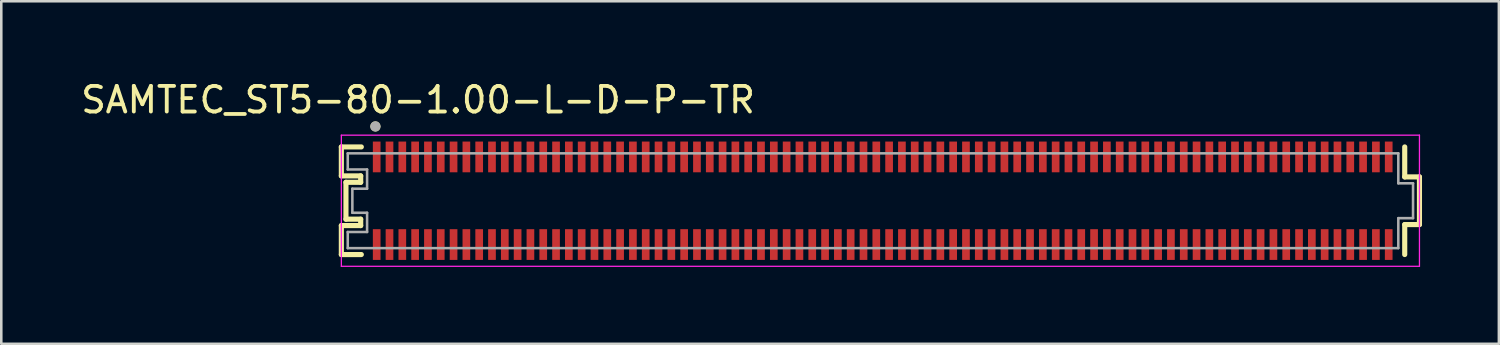
<source format=kicad_pcb>
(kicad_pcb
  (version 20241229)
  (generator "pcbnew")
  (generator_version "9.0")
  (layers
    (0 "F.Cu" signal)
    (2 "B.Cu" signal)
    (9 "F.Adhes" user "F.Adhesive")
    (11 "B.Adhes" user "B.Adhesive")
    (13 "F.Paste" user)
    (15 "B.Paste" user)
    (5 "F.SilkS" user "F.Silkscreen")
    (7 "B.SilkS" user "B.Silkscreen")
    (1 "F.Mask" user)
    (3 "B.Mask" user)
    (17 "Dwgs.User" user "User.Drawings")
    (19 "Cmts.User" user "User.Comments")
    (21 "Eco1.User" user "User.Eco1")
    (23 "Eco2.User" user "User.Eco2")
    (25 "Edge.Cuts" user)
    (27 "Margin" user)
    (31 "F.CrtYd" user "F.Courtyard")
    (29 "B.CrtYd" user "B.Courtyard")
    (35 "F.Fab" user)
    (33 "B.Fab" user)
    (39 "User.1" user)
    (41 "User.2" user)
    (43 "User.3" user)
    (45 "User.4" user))
  (footprint "SAMTEC_ST5-80-1.00-L-D-P-TR"
    (layer "F.Cu")
    (at 31.403 4.785)
    (property "Reference" "SAMTEC_ST5-80-1.00-L-D-P-TR" (at -18.135 -3.937 0) (layer "F.SilkS") (effects (font (size 1 1) (thickness 0.15))))
    (attr through_hole)
    (fp_line (start -21.13 -2.1) (end -20.35 -2.1) (stroke (width 0.2) (type solid)) (layer "F.SilkS"))
    (fp_line (start -21.13 -0.97) (end -21.13 -2.1) (stroke (width 0.2) (type solid)) (layer "F.SilkS"))
    (fp_line (start -21.13 0.97) (end -20.375 0.97) (stroke (width 0.2) (type solid)) (layer "F.SilkS"))
    (fp_line (start -21.13 2.1) (end -21.13 0.97) (stroke (width 0.2) (type solid)) (layer "F.SilkS"))
    (fp_line (start -20.95 -0.72) (end -20.375 -0.72) (stroke (width 0.2) (type solid)) (layer "F.SilkS"))
    (fp_line (start -20.95 0.72) (end -20.95 -0.72) (stroke (width 0.2) (type solid)) (layer "F.SilkS"))
    (fp_line (start -20.375 -0.97) (end -21.13 -0.97) (stroke (width 0.2) (type solid)) (layer "F.SilkS"))
    (fp_line (start -20.375 -0.72) (end -20.375 -0.97) (stroke (width 0.2) (type solid)) (layer "F.SilkS"))
    (fp_line (start -20.375 0.72) (end -20.95 0.72) (stroke (width 0.2) (type solid)) (layer "F.SilkS"))
    (fp_line (start -20.375 0.97) (end -20.375 0.72) (stroke (width 0.2) (type solid)) (layer "F.SilkS"))
    (fp_line (start -20.35 2.1) (end -21.13 2.1) (stroke (width 0.2) (type solid)) (layer "F.SilkS"))
    (fp_line (start 20.375 -2.1) (end 20.375 -0.93) (stroke (width 0.2) (type solid)) (layer "F.SilkS"))
    (fp_line (start 20.375 -0.93) (end 20.95 -0.93) (stroke (width 0.2) (type solid)) (layer "F.SilkS"))
    (fp_line (start 20.375 0.93) (end 20.375 2.1) (stroke (width 0.2) (type solid)) (layer "F.SilkS"))
    (fp_line (start 20.95 -0.93) (end 20.95 0.93) (stroke (width 0.2) (type solid)) (layer "F.SilkS"))
    (fp_line (start 20.95 0.93) (end 20.375 0.93) (stroke (width 0.2) (type solid)) (layer "F.SilkS"))
    (fp_circle (center -19.8 -2.9) (end -19.7 -2.9) (stroke (width 0.2) (type solid)) (fill no) (layer "F.SilkS"))
    (fp_line (start -21.13 -2.56) (end 20.95 -2.56) (stroke (width 0.05) (type solid)) (layer "F.CrtYd"))
    (fp_line (start -21.13 2.56) (end -21.13 -2.56) (stroke (width 0.05) (type solid)) (layer "F.CrtYd"))
    (fp_line (start 20.95 -2.56) (end 20.95 2.56) (stroke (width 0.05) (type solid)) (layer "F.CrtYd"))
    (fp_line (start 20.95 2.56) (end -21.13 2.56) (stroke (width 0.05) (type solid)) (layer "F.CrtYd"))
    (fp_line (start -20.88 -1.85) (end 20.125 -1.85) (stroke (width 0.1) (type solid)) (layer "F.Fab"))
    (fp_line (start -20.88 -1.22) (end -20.88 -1.85) (stroke (width 0.1) (type solid)) (layer "F.Fab"))
    (fp_line (start -20.88 1.22) (end -20.125 1.22) (stroke (width 0.1) (type solid)) (layer "F.Fab"))
    (fp_line (start -20.88 1.85) (end -20.88 1.22) (stroke (width 0.1) (type solid)) (layer "F.Fab"))
    (fp_line (start -20.7 -0.47) (end -20.125 -0.47) (stroke (width 0.1) (type solid)) (layer "F.Fab"))
    (fp_line (start -20.7 0.47) (end -20.7 -0.47) (stroke (width 0.1) (type solid)) (layer "F.Fab"))
    (fp_line (start -20.125 -1.22) (end -20.88 -1.22) (stroke (width 0.1) (type solid)) (layer "F.Fab"))
    (fp_line (start -20.125 -0.47) (end -20.125 -1.22) (stroke (width 0.1) (type solid)) (layer "F.Fab"))
    (fp_line (start -20.125 0.47) (end -20.7 0.47) (stroke (width 0.1) (type solid)) (layer "F.Fab"))
    (fp_line (start -20.125 1.22) (end -20.125 0.47) (stroke (width 0.1) (type solid)) (layer "F.Fab"))
    (fp_line (start 20.125 -1.85) (end 20.125 -0.68) (stroke (width 0.1) (type solid)) (layer "F.Fab"))
    (fp_line (start 20.125 -0.68) (end 20.7 -0.68) (stroke (width 0.1) (type solid)) (layer "F.Fab"))
    (fp_line (start 20.125 0.68) (end 20.125 1.85) (stroke (width 0.1) (type solid)) (layer "F.Fab"))
    (fp_line (start 20.125 1.85) (end -20.88 1.85) (stroke (width 0.1) (type solid)) (layer "F.Fab"))
    (fp_line (start 20.7 -0.68) (end 20.7 0.68) (stroke (width 0.1) (type solid)) (layer "F.Fab"))
    (fp_line (start 20.7 0.68) (end 20.125 0.68) (stroke (width 0.1) (type solid)) (layer "F.Fab"))
    (fp_circle (center -19.8 -2.9) (end -19.7 -2.9) (stroke (width 0.2) (type solid)) (fill no) (layer "F.Fab"))
    (pad "01" smd rect (at -19.75 -1.71) (size 0.3 1.2) (layers "F.Cu" "F.Mask" "F.Paste"))
    (pad "02" smd rect (at -19.75 1.71) (size 0.3 1.2) (layers "F.Cu" "F.Mask" "F.Paste"))
    (pad "03" smd rect (at -19.25 -1.71) (size 0.3 1.2) (layers "F.Cu" "F.Mask" "F.Paste"))
    (pad "04" smd rect (at -19.25 1.71) (size 0.3 1.2) (layers "F.Cu" "F.Mask" "F.Paste"))
    (pad "05" smd rect (at -18.75 -1.71) (size 0.3 1.2) (layers "F.Cu" "F.Mask" "F.Paste"))
    (pad "06" smd rect (at -18.75 1.71) (size 0.3 1.2) (layers "F.Cu" "F.Mask" "F.Paste"))
    (pad "07" smd rect (at -18.25 -1.71) (size 0.3 1.2) (layers "F.Cu" "F.Mask" "F.Paste"))
    (pad "08" smd rect (at -18.25 1.71) (size 0.3 1.2) (layers "F.Cu" "F.Mask" "F.Paste"))
    (pad "09" smd rect (at -17.75 -1.71) (size 0.3 1.2) (layers "F.Cu" "F.Mask" "F.Paste"))
    (pad "10" smd rect (at -17.75 1.71) (size 0.3 1.2) (layers "F.Cu" "F.Mask" "F.Paste"))
    (pad "11" smd rect (at -17.25 -1.71) (size 0.3 1.2) (layers "F.Cu" "F.Mask" "F.Paste"))
    (pad "12" smd rect (at -17.25 1.71) (size 0.3 1.2) (layers "F.Cu" "F.Mask" "F.Paste"))
    (pad "13" smd rect (at -16.75 -1.71) (size 0.3 1.2) (layers "F.Cu" "F.Mask" "F.Paste"))
    (pad "14" smd rect (at -16.75 1.71) (size 0.3 1.2) (layers "F.Cu" "F.Mask" "F.Paste"))
    (pad "15" smd rect (at -16.25 -1.71) (size 0.3 1.2) (layers "F.Cu" "F.Mask" "F.Paste"))
    (pad "16" smd rect (at -16.25 1.71) (size 0.3 1.2) (layers "F.Cu" "F.Mask" "F.Paste"))
    (pad "17" smd rect (at -15.75 -1.71) (size 0.3 1.2) (layers "F.Cu" "F.Mask" "F.Paste"))
    (pad "18" smd rect (at -15.75 1.71) (size 0.3 1.2) (layers "F.Cu" "F.Mask" "F.Paste"))
    (pad "19" smd rect (at -15.25 -1.71) (size 0.3 1.2) (layers "F.Cu" "F.Mask" "F.Paste"))
    (pad "20" smd rect (at -15.25 1.71) (size 0.3 1.2) (layers "F.Cu" "F.Mask" "F.Paste"))
    (pad "21" smd rect (at -14.75 -1.71) (size 0.3 1.2) (layers "F.Cu" "F.Mask" "F.Paste"))
    (pad "22" smd rect (at -14.75 1.71) (size 0.3 1.2) (layers "F.Cu" "F.Mask" "F.Paste"))
    (pad "23" smd rect (at -14.25 -1.71) (size 0.3 1.2) (layers "F.Cu" "F.Mask" "F.Paste"))
    (pad "24" smd rect (at -14.25 1.71) (size 0.3 1.2) (layers "F.Cu" "F.Mask" "F.Paste"))
    (pad "25" smd rect (at -13.75 -1.71) (size 0.3 1.2) (layers "F.Cu" "F.Mask" "F.Paste"))
    (pad "26" smd rect (at -13.75 1.71) (size 0.3 1.2) (layers "F.Cu" "F.Mask" "F.Paste"))
    (pad "27" smd rect (at -13.25 -1.71) (size 0.3 1.2) (layers "F.Cu" "F.Mask" "F.Paste"))
    (pad "28" smd rect (at -13.25 1.71) (size 0.3 1.2) (layers "F.Cu" "F.Mask" "F.Paste"))
    (pad "29" smd rect (at -12.75 -1.71) (size 0.3 1.2) (layers "F.Cu" "F.Mask" "F.Paste"))
    (pad "30" smd rect (at -12.75 1.71) (size 0.3 1.2) (layers "F.Cu" "F.Mask" "F.Paste"))
    (pad "31" smd rect (at -12.25 -1.71) (size 0.3 1.2) (layers "F.Cu" "F.Mask" "F.Paste"))
    (pad "32" smd rect (at -12.25 1.71) (size 0.3 1.2) (layers "F.Cu" "F.Mask" "F.Paste"))
    (pad "33" smd rect (at -11.75 -1.71) (size 0.3 1.2) (layers "F.Cu" "F.Mask" "F.Paste"))
    (pad "34" smd rect (at -11.75 1.71) (size 0.3 1.2) (layers "F.Cu" "F.Mask" "F.Paste"))
    (pad "35" smd rect (at -11.25 -1.71) (size 0.3 1.2) (layers "F.Cu" "F.Mask" "F.Paste"))
    (pad "36" smd rect (at -11.25 1.71) (size 0.3 1.2) (layers "F.Cu" "F.Mask" "F.Paste"))
    (pad "37" smd rect (at -10.75 -1.71) (size 0.3 1.2) (layers "F.Cu" "F.Mask" "F.Paste"))
    (pad "38" smd rect (at -10.75 1.71) (size 0.3 1.2) (layers "F.Cu" "F.Mask" "F.Paste"))
    (pad "39" smd rect (at -10.25 -1.71) (size 0.3 1.2) (layers "F.Cu" "F.Mask" "F.Paste"))
    (pad "40" smd rect (at -10.25 1.71) (size 0.3 1.2) (layers "F.Cu" "F.Mask" "F.Paste"))
    (pad "41" smd rect (at -9.75 -1.71) (size 0.3 1.2) (layers "F.Cu" "F.Mask" "F.Paste"))
    (pad "42" smd rect (at -9.75 1.71) (size 0.3 1.2) (layers "F.Cu" "F.Mask" "F.Paste"))
    (pad "43" smd rect (at -9.25 -1.71) (size 0.3 1.2) (layers "F.Cu" "F.Mask" "F.Paste"))
    (pad "44" smd rect (at -9.25 1.71) (size 0.3 1.2) (layers "F.Cu" "F.Mask" "F.Paste"))
    (pad "45" smd rect (at -8.75 -1.71) (size 0.3 1.2) (layers "F.Cu" "F.Mask" "F.Paste"))
    (pad "46" smd rect (at -8.75 1.71) (size 0.3 1.2) (layers "F.Cu" "F.Mask" "F.Paste"))
    (pad "47" smd rect (at -8.25 -1.71) (size 0.3 1.2) (layers "F.Cu" "F.Mask" "F.Paste"))
    (pad "48" smd rect (at -8.25 1.71) (size 0.3 1.2) (layers "F.Cu" "F.Mask" "F.Paste"))
    (pad "49" smd rect (at -7.75 -1.71) (size 0.3 1.2) (layers "F.Cu" "F.Mask" "F.Paste"))
    (pad "50" smd rect (at -7.75 1.71) (size 0.3 1.2) (layers "F.Cu" "F.Mask" "F.Paste"))
    (pad "51" smd rect (at -7.25 -1.71) (size 0.3 1.2) (layers "F.Cu" "F.Mask" "F.Paste"))
    (pad "52" smd rect (at -7.25 1.71) (size 0.3 1.2) (layers "F.Cu" "F.Mask" "F.Paste"))
    (pad "53" smd rect (at -6.75 -1.71) (size 0.3 1.2) (layers "F.Cu" "F.Mask" "F.Paste"))
    (pad "54" smd rect (at -6.75 1.71) (size 0.3 1.2) (layers "F.Cu" "F.Mask" "F.Paste"))
    (pad "55" smd rect (at -6.25 -1.71) (size 0.3 1.2) (layers "F.Cu" "F.Mask" "F.Paste"))
    (pad "56" smd rect (at -6.25 1.71) (size 0.3 1.2) (layers "F.Cu" "F.Mask" "F.Paste"))
    (pad "57" smd rect (at -5.75 -1.71) (size 0.3 1.2) (layers "F.Cu" "F.Mask" "F.Paste"))
    (pad "58" smd rect (at -5.75 1.71) (size 0.3 1.2) (layers "F.Cu" "F.Mask" "F.Paste"))
    (pad "59" smd rect (at -5.25 -1.71) (size 0.3 1.2) (layers "F.Cu" "F.Mask" "F.Paste"))
    (pad "60" smd rect (at -5.25 1.71) (size 0.3 1.2) (layers "F.Cu" "F.Mask" "F.Paste"))
    (pad "61" smd rect (at -4.75 -1.71) (size 0.3 1.2) (layers "F.Cu" "F.Mask" "F.Paste"))
    (pad "62" smd rect (at -4.75 1.71) (size 0.3 1.2) (layers "F.Cu" "F.Mask" "F.Paste"))
    (pad "63" smd rect (at -4.25 -1.71) (size 0.3 1.2) (layers "F.Cu" "F.Mask" "F.Paste"))
    (pad "64" smd rect (at -4.25 1.71) (size 0.3 1.2) (layers "F.Cu" "F.Mask" "F.Paste"))
    (pad "65" smd rect (at -3.75 -1.71) (size 0.3 1.2) (layers "F.Cu" "F.Mask" "F.Paste"))
    (pad "66" smd rect (at -3.75 1.71) (size 0.3 1.2) (layers "F.Cu" "F.Mask" "F.Paste"))
    (pad "67" smd rect (at -3.25 -1.71) (size 0.3 1.2) (layers "F.Cu" "F.Mask" "F.Paste"))
    (pad "68" smd rect (at -3.25 1.71) (size 0.3 1.2) (layers "F.Cu" "F.Mask" "F.Paste"))
    (pad "69" smd rect (at -2.75 -1.71) (size 0.3 1.2) (layers "F.Cu" "F.Mask" "F.Paste"))
    (pad "70" smd rect (at -2.75 1.71) (size 0.3 1.2) (layers "F.Cu" "F.Mask" "F.Paste"))
    (pad "71" smd rect (at -2.25 -1.71) (size 0.3 1.2) (layers "F.Cu" "F.Mask" "F.Paste"))
    (pad "72" smd rect (at -2.25 1.71) (size 0.3 1.2) (layers "F.Cu" "F.Mask" "F.Paste"))
    (pad "73" smd rect (at -1.75 -1.71) (size 0.3 1.2) (layers "F.Cu" "F.Mask" "F.Paste"))
    (pad "74" smd rect (at -1.75 1.71) (size 0.3 1.2) (layers "F.Cu" "F.Mask" "F.Paste"))
    (pad "75" smd rect (at -1.25 -1.71) (size 0.3 1.2) (layers "F.Cu" "F.Mask" "F.Paste"))
    (pad "76" smd rect (at -1.25 1.71) (size 0.3 1.2) (layers "F.Cu" "F.Mask" "F.Paste"))
    (pad "77" smd rect (at -0.75 -1.71) (size 0.3 1.2) (layers "F.Cu" "F.Mask" "F.Paste"))
    (pad "78" smd rect (at -0.75 1.71) (size 0.3 1.2) (layers "F.Cu" "F.Mask" "F.Paste"))
    (pad "79" smd rect (at -0.25 -1.71) (size 0.3 1.2) (layers "F.Cu" "F.Mask" "F.Paste"))
    (pad "80" smd rect (at -0.25 1.71) (size 0.3 1.2) (layers "F.Cu" "F.Mask" "F.Paste"))
    (pad "81" smd rect (at 0.25 -1.71) (size 0.3 1.2) (layers "F.Cu" "F.Mask" "F.Paste"))
    (pad "82" smd rect (at 0.25 1.71) (size 0.3 1.2) (layers "F.Cu" "F.Mask" "F.Paste"))
    (pad "83" smd rect (at 0.75 -1.71) (size 0.3 1.2) (layers "F.Cu" "F.Mask" "F.Paste"))
    (pad "84" smd rect (at 0.75 1.71) (size 0.3 1.2) (layers "F.Cu" "F.Mask" "F.Paste"))
    (pad "85" smd rect (at 1.25 -1.71) (size 0.3 1.2) (layers "F.Cu" "F.Mask" "F.Paste"))
    (pad "86" smd rect (at 1.25 1.71) (size 0.3 1.2) (layers "F.Cu" "F.Mask" "F.Paste"))
    (pad "87" smd rect (at 1.75 -1.71) (size 0.3 1.2) (layers "F.Cu" "F.Mask" "F.Paste"))
    (pad "88" smd rect (at 1.75 1.71) (size 0.3 1.2) (layers "F.Cu" "F.Mask" "F.Paste"))
    (pad "89" smd rect (at 2.25 -1.71) (size 0.3 1.2) (layers "F.Cu" "F.Mask" "F.Paste"))
    (pad "90" smd rect (at 2.25 1.71) (size 0.3 1.2) (layers "F.Cu" "F.Mask" "F.Paste"))
    (pad "91" smd rect (at 2.75 -1.71) (size 0.3 1.2) (layers "F.Cu" "F.Mask" "F.Paste"))
    (pad "92" smd rect (at 2.75 1.71) (size 0.3 1.2) (layers "F.Cu" "F.Mask" "F.Paste"))
    (pad "93" smd rect (at 3.25 -1.71) (size 0.3 1.2) (layers "F.Cu" "F.Mask" "F.Paste"))
    (pad "94" smd rect (at 3.25 1.71) (size 0.3 1.2) (layers "F.Cu" "F.Mask" "F.Paste"))
    (pad "95" smd rect (at 3.75 -1.71) (size 0.3 1.2) (layers "F.Cu" "F.Mask" "F.Paste"))
    (pad "96" smd rect (at 3.75 1.71) (size 0.3 1.2) (layers "F.Cu" "F.Mask" "F.Paste"))
    (pad "97" smd rect (at 4.25 -1.71) (size 0.3 1.2) (layers "F.Cu" "F.Mask" "F.Paste"))
    (pad "98" smd rect (at 4.25 1.71) (size 0.3 1.2) (layers "F.Cu" "F.Mask" "F.Paste"))
    (pad "99" smd rect (at 4.75 -1.71) (size 0.3 1.2) (layers "F.Cu" "F.Mask" "F.Paste"))
    (pad "100" smd rect (at 4.75 1.71) (size 0.3 1.2) (layers "F.Cu" "F.Mask" "F.Paste"))
    (pad "101" smd rect (at 5.25 -1.71) (size 0.3 1.2) (layers "F.Cu" "F.Mask" "F.Paste"))
    (pad "102" smd rect (at 5.25 1.71) (size 0.3 1.2) (layers "F.Cu" "F.Mask" "F.Paste"))
    (pad "103" smd rect (at 5.75 -1.71) (size 0.3 1.2) (layers "F.Cu" "F.Mask" "F.Paste"))
    (pad "104" smd rect (at 5.75 1.71) (size 0.3 1.2) (layers "F.Cu" "F.Mask" "F.Paste"))
    (pad "105" smd rect (at 6.25 -1.71) (size 0.3 1.2) (layers "F.Cu" "F.Mask" "F.Paste"))
    (pad "106" smd rect (at 6.25 1.71) (size 0.3 1.2) (layers "F.Cu" "F.Mask" "F.Paste"))
    (pad "107" smd rect (at 6.75 -1.71) (size 0.3 1.2) (layers "F.Cu" "F.Mask" "F.Paste"))
    (pad "108" smd rect (at 6.75 1.71) (size 0.3 1.2) (layers "F.Cu" "F.Mask" "F.Paste"))
    (pad "109" smd rect (at 7.25 -1.71) (size 0.3 1.2) (layers "F.Cu" "F.Mask" "F.Paste"))
    (pad "110" smd rect (at 7.25 1.71) (size 0.3 1.2) (layers "F.Cu" "F.Mask" "F.Paste"))
    (pad "111" smd rect (at 7.75 -1.71) (size 0.3 1.2) (layers "F.Cu" "F.Mask" "F.Paste"))
    (pad "112" smd rect (at 7.75 1.71) (size 0.3 1.2) (layers "F.Cu" "F.Mask" "F.Paste"))
    (pad "113" smd rect (at 8.25 -1.71) (size 0.3 1.2) (layers "F.Cu" "F.Mask" "F.Paste"))
    (pad "114" smd rect (at 8.25 1.71) (size 0.3 1.2) (layers "F.Cu" "F.Mask" "F.Paste"))
    (pad "115" smd rect (at 8.75 -1.71) (size 0.3 1.2) (layers "F.Cu" "F.Mask" "F.Paste"))
    (pad "116" smd rect (at 8.75 1.71) (size 0.3 1.2) (layers "F.Cu" "F.Mask" "F.Paste"))
    (pad "117" smd rect (at 9.25 -1.71) (size 0.3 1.2) (layers "F.Cu" "F.Mask" "F.Paste"))
    (pad "118" smd rect (at 9.25 1.71) (size 0.3 1.2) (layers "F.Cu" "F.Mask" "F.Paste"))
    (pad "119" smd rect (at 9.75 -1.71) (size 0.3 1.2) (layers "F.Cu" "F.Mask" "F.Paste"))
    (pad "120" smd rect (at 9.75 1.71) (size 0.3 1.2) (layers "F.Cu" "F.Mask" "F.Paste"))
    (pad "121" smd rect (at 10.25 -1.71) (size 0.3 1.2) (layers "F.Cu" "F.Mask" "F.Paste"))
    (pad "122" smd rect (at 10.25 1.71) (size 0.3 1.2) (layers "F.Cu" "F.Mask" "F.Paste"))
    (pad "123" smd rect (at 10.75 -1.71) (size 0.3 1.2) (layers "F.Cu" "F.Mask" "F.Paste"))
    (pad "124" smd rect (at 10.75 1.71) (size 0.3 1.2) (layers "F.Cu" "F.Mask" "F.Paste"))
    (pad "125" smd rect (at 11.25 -1.71) (size 0.3 1.2) (layers "F.Cu" "F.Mask" "F.Paste"))
    (pad "126" smd rect (at 11.25 1.71) (size 0.3 1.2) (layers "F.Cu" "F.Mask" "F.Paste"))
    (pad "127" smd rect (at 11.75 -1.71) (size 0.3 1.2) (layers "F.Cu" "F.Mask" "F.Paste"))
    (pad "128" smd rect (at 11.75 1.71) (size 0.3 1.2) (layers "F.Cu" "F.Mask" "F.Paste"))
    (pad "129" smd rect (at 12.25 -1.71) (size 0.3 1.2) (layers "F.Cu" "F.Mask" "F.Paste"))
    (pad "130" smd rect (at 12.25 1.71) (size 0.3 1.2) (layers "F.Cu" "F.Mask" "F.Paste"))
    (pad "131" smd rect (at 12.75 -1.71) (size 0.3 1.2) (layers "F.Cu" "F.Mask" "F.Paste"))
    (pad "132" smd rect (at 12.75 1.71) (size 0.3 1.2) (layers "F.Cu" "F.Mask" "F.Paste"))
    (pad "133" smd rect (at 13.25 -1.71) (size 0.3 1.2) (layers "F.Cu" "F.Mask" "F.Paste"))
    (pad "134" smd rect (at 13.25 1.71) (size 0.3 1.2) (layers "F.Cu" "F.Mask" "F.Paste"))
    (pad "135" smd rect (at 13.75 -1.71) (size 0.3 1.2) (layers "F.Cu" "F.Mask" "F.Paste"))
    (pad "136" smd rect (at 13.75 1.71) (size 0.3 1.2) (layers "F.Cu" "F.Mask" "F.Paste"))
    (pad "137" smd rect (at 14.25 -1.71) (size 0.3 1.2) (layers "F.Cu" "F.Mask" "F.Paste"))
    (pad "138" smd rect (at 14.25 1.71) (size 0.3 1.2) (layers "F.Cu" "F.Mask" "F.Paste"))
    (pad "139" smd rect (at 14.75 -1.71) (size 0.3 1.2) (layers "F.Cu" "F.Mask" "F.Paste"))
    (pad "140" smd rect (at 14.75 1.71) (size 0.3 1.2) (layers "F.Cu" "F.Mask" "F.Paste"))
    (pad "141" smd rect (at 15.25 -1.71) (size 0.3 1.2) (layers "F.Cu" "F.Mask" "F.Paste"))
    (pad "142" smd rect (at 15.25 1.71) (size 0.3 1.2) (layers "F.Cu" "F.Mask" "F.Paste"))
    (pad "143" smd rect (at 15.75 -1.71) (size 0.3 1.2) (layers "F.Cu" "F.Mask" "F.Paste"))
    (pad "144" smd rect (at 15.75 1.71) (size 0.3 1.2) (layers "F.Cu" "F.Mask" "F.Paste"))
    (pad "145" smd rect (at 16.25 -1.71) (size 0.3 1.2) (layers "F.Cu" "F.Mask" "F.Paste"))
    (pad "146" smd rect (at 16.25 1.71) (size 0.3 1.2) (layers "F.Cu" "F.Mask" "F.Paste"))
    (pad "147" smd rect (at 16.75 -1.71) (size 0.3 1.2) (layers "F.Cu" "F.Mask" "F.Paste"))
    (pad "148" smd rect (at 16.75 1.71) (size 0.3 1.2) (layers "F.Cu" "F.Mask" "F.Paste"))
    (pad "149" smd rect (at 17.25 -1.71) (size 0.3 1.2) (layers "F.Cu" "F.Mask" "F.Paste"))
    (pad "150" smd rect (at 17.25 1.71) (size 0.3 1.2) (layers "F.Cu" "F.Mask" "F.Paste"))
    (pad "151" smd rect (at 17.75 -1.71) (size 0.3 1.2) (layers "F.Cu" "F.Mask" "F.Paste"))
    (pad "152" smd rect (at 17.75 1.71) (size 0.3 1.2) (layers "F.Cu" "F.Mask" "F.Paste"))
    (pad "153" smd rect (at 18.25 -1.71) (size 0.3 1.2) (layers "F.Cu" "F.Mask" "F.Paste"))
    (pad "154" smd rect (at 18.25 1.71) (size 0.3 1.2) (layers "F.Cu" "F.Mask" "F.Paste"))
    (pad "155" smd rect (at 18.75 -1.71) (size 0.3 1.2) (layers "F.Cu" "F.Mask" "F.Paste"))
    (pad "156" smd rect (at 18.75 1.71) (size 0.3 1.2) (layers "F.Cu" "F.Mask" "F.Paste"))
    (pad "157" smd rect (at 19.25 -1.71) (size 0.3 1.2) (layers "F.Cu" "F.Mask" "F.Paste"))
    (pad "158" smd rect (at 19.25 1.71) (size 0.3 1.2) (layers "F.Cu" "F.Mask" "F.Paste"))
    (pad "159" smd rect (at 19.75 -1.71) (size 0.3 1.2) (layers "F.Cu" "F.Mask" "F.Paste"))
    (pad "160" smd rect (at 19.75 1.71) (size 0.3 1.2) (layers "F.Cu" "F.Mask" "F.Paste"))
    (zone (net_name "") (layers "F.Cu" "B.Cu") (hatch full 0.508) (connect_pads) (min_thickness 0.01) (filled_areas_thickness no) (keepout (tracks allowed) (vias not_allowed) (pads allowed) (copperpour allowed) (footprints allowed)) (placement (enabled no)) (fill) (polygon (pts (xy 11.503 3.675) (xy 51.303 3.675) (xy 51.303 5.895) (xy 11.503 5.895)))))
  (gr_rect
    (start -3 -3)
    (end 55.453 10.37)
    (stroke (width 0.1) (type default))
    (fill no)
    (layer "Edge.Cuts")))
</source>
